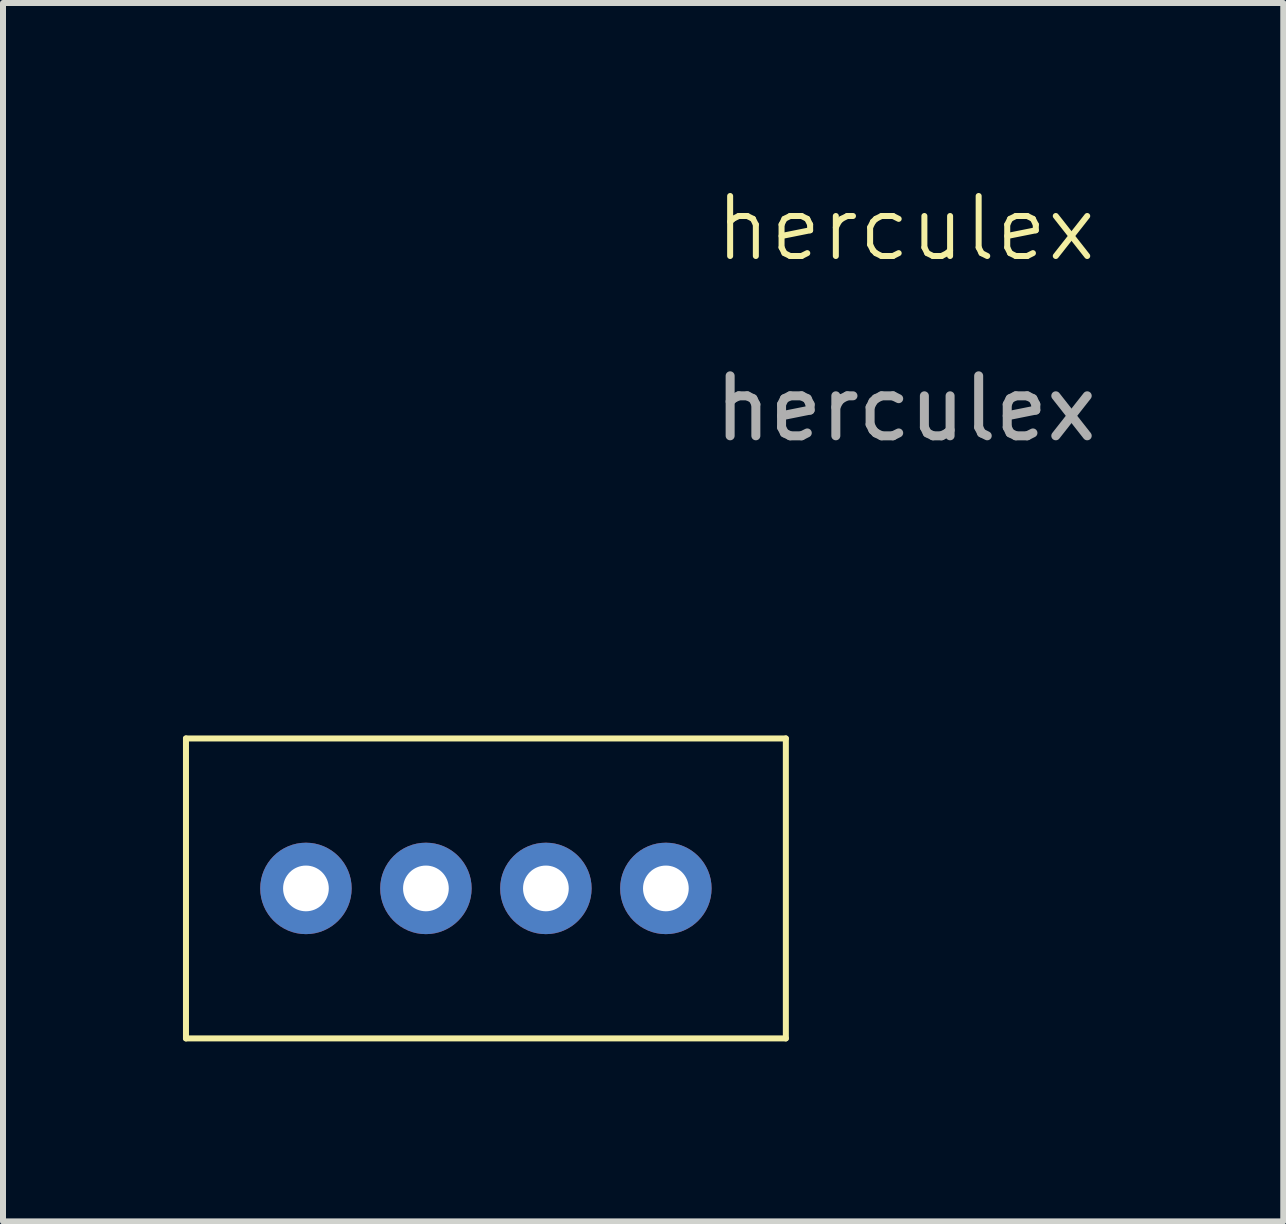
<source format=kicad_pcb>
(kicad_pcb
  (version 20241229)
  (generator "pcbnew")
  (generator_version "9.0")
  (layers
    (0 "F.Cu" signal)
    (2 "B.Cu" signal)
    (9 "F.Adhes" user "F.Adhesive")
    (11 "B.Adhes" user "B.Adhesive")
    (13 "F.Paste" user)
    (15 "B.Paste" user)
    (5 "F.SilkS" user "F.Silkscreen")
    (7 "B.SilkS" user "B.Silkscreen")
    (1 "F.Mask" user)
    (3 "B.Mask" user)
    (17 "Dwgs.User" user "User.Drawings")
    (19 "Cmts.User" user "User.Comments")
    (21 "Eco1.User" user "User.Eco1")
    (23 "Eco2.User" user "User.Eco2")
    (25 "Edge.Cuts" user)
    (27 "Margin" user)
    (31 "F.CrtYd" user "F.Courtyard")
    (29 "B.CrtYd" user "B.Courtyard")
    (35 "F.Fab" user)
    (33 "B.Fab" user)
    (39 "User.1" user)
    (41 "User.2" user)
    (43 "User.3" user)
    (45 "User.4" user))
  (footprint "herculex"
    (layer "F.Cu")
    (at 12.05 1.26)
    (property "Reference" "herculex" (at 0 -0.5 0) (unlocked yes) (layer "F.SilkS") (effects (font (size 1 1) (thickness 0.1))))
    (attr through_hole)
    (fp_line (start -12 8) (end -12 13) (stroke (width 0.1) (type default)) (layer "F.SilkS"))
    (fp_line (start -12 13) (end -2 13) (stroke (width 0.1) (type default)) (layer "F.SilkS"))
    (fp_line (start -2 8) (end -12 8) (stroke (width 0.1) (type default)) (layer "F.SilkS"))
    (fp_line (start -2 13) (end -2 8) (stroke (width 0.1) (type default)) (layer "F.SilkS"))
    (fp_text user "${REFERENCE}" (at 0 2.5 0) (unlocked yes) (layer "F.Fab") (effects (font (size 1 1) (thickness 0.15))))
    (pad "1" thru_hole circle (at -10 10.5) (size 1.524 1.524) (drill 0.762) (layers "*.Cu" "*.Mask"))
    (pad "2" thru_hole circle (at -8 10.5) (size 1.524 1.524) (drill 0.762) (layers "*.Cu" "*.Mask"))
    (pad "3" thru_hole circle (at -6 10.5) (size 1.524 1.524) (drill 0.762) (layers "*.Cu" "*.Mask"))
    (pad "4" thru_hole circle (at -4 10.5) (size 1.524 1.524) (drill 0.762) (layers "*.Cu" "*.Mask")))
  (gr_rect
    (start -3 -3)
    (end 18.342 17.311)
    (stroke (width 0.1) (type default))
    (fill no)
    (layer "Edge.Cuts")))
</source>
